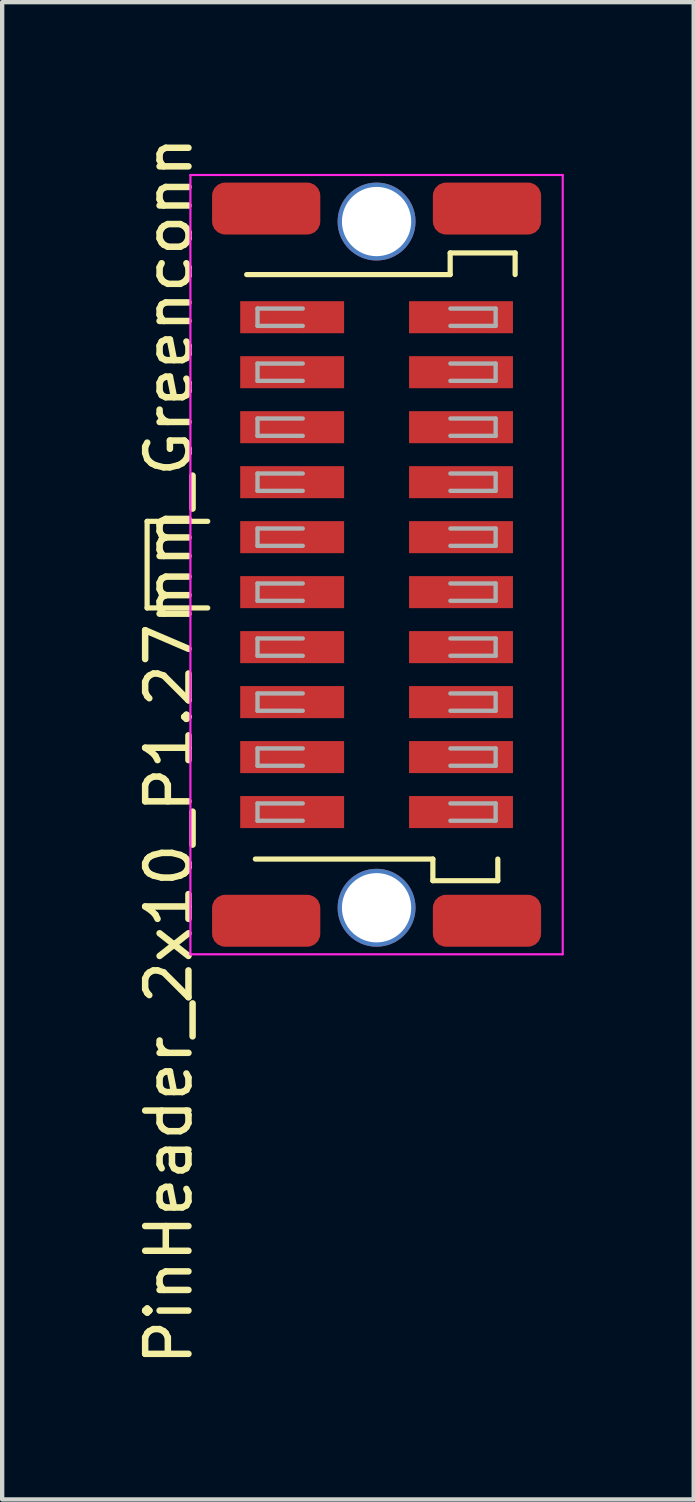
<source format=kicad_pcb>
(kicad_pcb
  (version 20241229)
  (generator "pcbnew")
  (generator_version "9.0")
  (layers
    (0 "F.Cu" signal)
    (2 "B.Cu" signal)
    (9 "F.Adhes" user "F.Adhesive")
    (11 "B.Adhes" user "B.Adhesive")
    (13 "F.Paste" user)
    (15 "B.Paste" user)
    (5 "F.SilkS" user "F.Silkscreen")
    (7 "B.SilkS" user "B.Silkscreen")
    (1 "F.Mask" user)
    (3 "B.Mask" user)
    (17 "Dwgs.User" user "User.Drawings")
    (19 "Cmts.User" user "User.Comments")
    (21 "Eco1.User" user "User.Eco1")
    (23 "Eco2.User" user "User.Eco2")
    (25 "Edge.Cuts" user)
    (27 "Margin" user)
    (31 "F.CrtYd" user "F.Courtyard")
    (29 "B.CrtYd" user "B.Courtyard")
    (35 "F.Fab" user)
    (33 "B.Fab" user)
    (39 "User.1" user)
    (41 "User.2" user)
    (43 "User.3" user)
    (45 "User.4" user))
  (footprint "PinHeader_2x10_P1.27mm_Greenconn"
    (layer "F.Cu")
    (at 5.648 9.992)
    (property "Reference" "PinHeader_2x10_P1.27mm_Greenconn" (at -4.8 4.3 270) (layer "F.SilkS") (effects (font (size 1 1) (thickness 0.15))))
    (attr smd)
    (fp_line (start -5.3 -1) (end -5.3 1) (stroke (width 0.12) (type solid)) (layer "F.SilkS"))
    (fp_line (start -5.3 1) (end -3.9 1) (stroke (width 0.12) (type solid)) (layer "F.SilkS"))
    (fp_line (start -3.9 -1) (end -5.3 -1) (stroke (width 0.12) (type solid)) (layer "F.SilkS"))
    (fp_line (start -2.8 6.8) (end 1.3 6.8) (stroke (width 0.12) (type solid)) (layer "F.SilkS"))
    (fp_line (start 1.3 6.8) (end 1.3 7.3) (stroke (width 0.12) (type solid)) (layer "F.SilkS"))
    (fp_line (start 1.3 7.3) (end 2.8 7.3) (stroke (width 0.12) (type solid)) (layer "F.SilkS"))
    (fp_line (start 1.7 -7.2) (end 3.2 -7.2) (stroke (width 0.12) (type solid)) (layer "F.SilkS"))
    (fp_line (start 1.7 -6.7) (end -3 -6.7) (stroke (width 0.12) (type solid)) (layer "F.SilkS"))
    (fp_line (start 1.7 -6.7) (end 1.7 -7.2) (stroke (width 0.12) (type solid)) (layer "F.SilkS"))
    (fp_line (start 2.8 7.3) (end 2.8 6.8) (stroke (width 0.12) (type solid)) (layer "F.SilkS"))
    (fp_line (start 3.2 -7.2) (end 3.2 -6.7) (stroke (width 0.12) (type solid)) (layer "F.SilkS"))
    (fp_line (start -4.3 -9) (end -4.3 9) (stroke (width 0.05) (type solid)) (layer "F.CrtYd"))
    (fp_line (start -4.3 9) (end 4.3 9) (stroke (width 0.05) (type solid)) (layer "F.CrtYd"))
    (fp_line (start 4.3 -9) (end -4.3 -9) (stroke (width 0.05) (type solid)) (layer "F.CrtYd"))
    (fp_line (start 4.3 9) (end 4.3 -9) (stroke (width 0.05) (type solid)) (layer "F.CrtYd"))
    (fp_line (start -2.75 -5.915) (end -2.75 -5.515) (stroke (width 0.1) (type solid)) (layer "F.Fab"))
    (fp_line (start -2.75 -5.515) (end -1.705 -5.515) (stroke (width 0.1) (type solid)) (layer "F.Fab"))
    (fp_line (start -2.75 -4.645) (end -2.75 -4.245) (stroke (width 0.1) (type solid)) (layer "F.Fab"))
    (fp_line (start -2.75 -4.245) (end -1.705 -4.245) (stroke (width 0.1) (type solid)) (layer "F.Fab"))
    (fp_line (start -2.75 -3.375) (end -2.75 -2.975) (stroke (width 0.1) (type solid)) (layer "F.Fab"))
    (fp_line (start -2.75 -2.975) (end -1.705 -2.975) (stroke (width 0.1) (type solid)) (layer "F.Fab"))
    (fp_line (start -2.75 -2.105) (end -2.75 -1.705) (stroke (width 0.1) (type solid)) (layer "F.Fab"))
    (fp_line (start -2.75 -1.705) (end -1.705 -1.705) (stroke (width 0.1) (type solid)) (layer "F.Fab"))
    (fp_line (start -2.75 -0.835) (end -2.75 -0.435) (stroke (width 0.1) (type solid)) (layer "F.Fab"))
    (fp_line (start -2.75 -0.435) (end -1.705 -0.435) (stroke (width 0.1) (type solid)) (layer "F.Fab"))
    (fp_line (start -2.75 0.435) (end -2.75 0.835) (stroke (width 0.1) (type solid)) (layer "F.Fab"))
    (fp_line (start -2.75 0.835) (end -1.705 0.835) (stroke (width 0.1) (type solid)) (layer "F.Fab"))
    (fp_line (start -2.75 1.705) (end -2.75 2.105) (stroke (width 0.1) (type solid)) (layer "F.Fab"))
    (fp_line (start -2.75 2.105) (end -1.705 2.105) (stroke (width 0.1) (type solid)) (layer "F.Fab"))
    (fp_line (start -2.75 2.975) (end -2.75 3.375) (stroke (width 0.1) (type solid)) (layer "F.Fab"))
    (fp_line (start -2.75 3.375) (end -1.705 3.375) (stroke (width 0.1) (type solid)) (layer "F.Fab"))
    (fp_line (start -2.75 4.245) (end -2.75 4.645) (stroke (width 0.1) (type solid)) (layer "F.Fab"))
    (fp_line (start -2.75 4.645) (end -1.705 4.645) (stroke (width 0.1) (type solid)) (layer "F.Fab"))
    (fp_line (start -2.75 5.515) (end -2.75 5.915) (stroke (width 0.1) (type solid)) (layer "F.Fab"))
    (fp_line (start -2.75 5.915) (end -1.705 5.915) (stroke (width 0.1) (type solid)) (layer "F.Fab"))
    (fp_line (start -1.705 -5.915) (end -2.75 -5.915) (stroke (width 0.1) (type solid)) (layer "F.Fab"))
    (fp_line (start -1.705 -4.645) (end -2.75 -4.645) (stroke (width 0.1) (type solid)) (layer "F.Fab"))
    (fp_line (start -1.705 -3.375) (end -2.75 -3.375) (stroke (width 0.1) (type solid)) (layer "F.Fab"))
    (fp_line (start -1.705 -2.105) (end -2.75 -2.105) (stroke (width 0.1) (type solid)) (layer "F.Fab"))
    (fp_line (start -1.705 -0.835) (end -2.75 -0.835) (stroke (width 0.1) (type solid)) (layer "F.Fab"))
    (fp_line (start -1.705 0.435) (end -2.75 0.435) (stroke (width 0.1) (type solid)) (layer "F.Fab"))
    (fp_line (start -1.705 1.705) (end -2.75 1.705) (stroke (width 0.1) (type solid)) (layer "F.Fab"))
    (fp_line (start -1.705 2.975) (end -2.75 2.975) (stroke (width 0.1) (type solid)) (layer "F.Fab"))
    (fp_line (start -1.705 4.245) (end -2.75 4.245) (stroke (width 0.1) (type solid)) (layer "F.Fab"))
    (fp_line (start -1.705 5.515) (end -2.75 5.515) (stroke (width 0.1) (type solid)) (layer "F.Fab"))
    (fp_line (start 1.705 -5.915) (end 2.75 -5.915) (stroke (width 0.1) (type solid)) (layer "F.Fab"))
    (fp_line (start 1.705 -4.645) (end 2.75 -4.645) (stroke (width 0.1) (type solid)) (layer "F.Fab"))
    (fp_line (start 1.705 -3.375) (end 2.75 -3.375) (stroke (width 0.1) (type solid)) (layer "F.Fab"))
    (fp_line (start 1.705 -2.105) (end 2.75 -2.105) (stroke (width 0.1) (type solid)) (layer "F.Fab"))
    (fp_line (start 1.705 -0.835) (end 2.75 -0.835) (stroke (width 0.1) (type solid)) (layer "F.Fab"))
    (fp_line (start 1.705 0.435) (end 2.75 0.435) (stroke (width 0.1) (type solid)) (layer "F.Fab"))
    (fp_line (start 1.705 1.705) (end 2.75 1.705) (stroke (width 0.1) (type solid)) (layer "F.Fab"))
    (fp_line (start 1.705 2.975) (end 2.75 2.975) (stroke (width 0.1) (type solid)) (layer "F.Fab"))
    (fp_line (start 1.705 4.245) (end 2.75 4.245) (stroke (width 0.1) (type solid)) (layer "F.Fab"))
    (fp_line (start 1.705 5.515) (end 2.75 5.515) (stroke (width 0.1) (type solid)) (layer "F.Fab"))
    (fp_line (start 2.75 -5.915) (end 2.75 -5.515) (stroke (width 0.1) (type solid)) (layer "F.Fab"))
    (fp_line (start 2.75 -5.515) (end 1.705 -5.515) (stroke (width 0.1) (type solid)) (layer "F.Fab"))
    (fp_line (start 2.75 -4.645) (end 2.75 -4.245) (stroke (width 0.1) (type solid)) (layer "F.Fab"))
    (fp_line (start 2.75 -4.245) (end 1.705 -4.245) (stroke (width 0.1) (type solid)) (layer "F.Fab"))
    (fp_line (start 2.75 -3.375) (end 2.75 -2.975) (stroke (width 0.1) (type solid)) (layer "F.Fab"))
    (fp_line (start 2.75 -2.975) (end 1.705 -2.975) (stroke (width 0.1) (type solid)) (layer "F.Fab"))
    (fp_line (start 2.75 -2.105) (end 2.75 -1.705) (stroke (width 0.1) (type solid)) (layer "F.Fab"))
    (fp_line (start 2.75 -1.705) (end 1.705 -1.705) (stroke (width 0.1) (type solid)) (layer "F.Fab"))
    (fp_line (start 2.75 -0.835) (end 2.75 -0.435) (stroke (width 0.1) (type solid)) (layer "F.Fab"))
    (fp_line (start 2.75 -0.435) (end 1.705 -0.435) (stroke (width 0.1) (type solid)) (layer "F.Fab"))
    (fp_line (start 2.75 0.435) (end 2.75 0.835) (stroke (width 0.1) (type solid)) (layer "F.Fab"))
    (fp_line (start 2.75 0.835) (end 1.705 0.835) (stroke (width 0.1) (type solid)) (layer "F.Fab"))
    (fp_line (start 2.75 1.705) (end 2.75 2.105) (stroke (width 0.1) (type solid)) (layer "F.Fab"))
    (fp_line (start 2.75 2.105) (end 1.705 2.105) (stroke (width 0.1) (type solid)) (layer "F.Fab"))
    (fp_line (start 2.75 2.975) (end 2.75 3.375) (stroke (width 0.1) (type solid)) (layer "F.Fab"))
    (fp_line (start 2.75 3.375) (end 1.705 3.375) (stroke (width 0.1) (type solid)) (layer "F.Fab"))
    (fp_line (start 2.75 4.245) (end 2.75 4.645) (stroke (width 0.1) (type solid)) (layer "F.Fab"))
    (fp_line (start 2.75 4.645) (end 1.705 4.645) (stroke (width 0.1) (type solid)) (layer "F.Fab"))
    (fp_line (start 2.75 5.515) (end 2.75 5.915) (stroke (width 0.1) (type solid)) (layer "F.Fab"))
    (fp_line (start 2.75 5.915) (end 1.705 5.915) (stroke (width 0.1) (type solid)) (layer "F.Fab"))
    (pad "" smd roundrect (at -2.55 -8.225) (size 2.5 1.2) (layers "F.Cu" "F.Mask" "F.Paste") (roundrect_rratio 0.25))
    (pad "" smd roundrect (at -2.55 8.225) (size 2.5 1.2) (layers "F.Cu" "F.Mask" "F.Paste") (roundrect_rratio 0.25))
    (pad "" np_thru_hole circle (at 0 -7.925) (size 1.8 1.8) (drill 1.6) (layers "*.Cu" "*.Mask"))
    (pad "" np_thru_hole circle (at 0 7.925) (size 1.8 1.8) (drill 1.6) (layers "*.Cu" "*.Mask"))
    (pad "" smd roundrect (at 2.55 -8.225) (size 2.5 1.2) (layers "F.Cu" "F.Mask" "F.Paste") (roundrect_rratio 0.25))
    (pad "" smd roundrect (at 2.55 8.225) (size 2.5 1.2) (layers "F.Cu" "F.Mask" "F.Paste") (roundrect_rratio 0.25))
    (pad "1" smd rect (at -1.95 5.715) (size 2.4 0.74) (layers "F.Cu" "F.Mask" "F.Paste"))
    (pad "2" smd rect (at 1.95 5.715) (size 2.4 0.74) (layers "F.Cu" "F.Mask" "F.Paste"))
    (pad "3" smd rect (at -1.95 4.445) (size 2.4 0.74) (layers "F.Cu" "F.Mask" "F.Paste"))
    (pad "4" smd rect (at 1.95 4.445) (size 2.4 0.74) (layers "F.Cu" "F.Mask" "F.Paste"))
    (pad "5" smd rect (at -1.95 3.175) (size 2.4 0.74) (layers "F.Cu" "F.Mask" "F.Paste"))
    (pad "6" smd rect (at 1.95 3.175) (size 2.4 0.74) (layers "F.Cu" "F.Mask" "F.Paste"))
    (pad "7" smd rect (at -1.95 1.905) (size 2.4 0.74) (layers "F.Cu" "F.Mask" "F.Paste"))
    (pad "8" smd rect (at 1.95 1.905) (size 2.4 0.74) (layers "F.Cu" "F.Mask" "F.Paste"))
    (pad "9" smd rect (at -1.95 0.635) (size 2.4 0.74) (layers "F.Cu" "F.Mask" "F.Paste"))
    (pad "10" smd rect (at 1.95 0.635) (size 2.4 0.74) (layers "F.Cu" "F.Mask" "F.Paste"))
    (pad "11" smd rect (at -1.95 -0.635) (size 2.4 0.74) (layers "F.Cu" "F.Mask" "F.Paste"))
    (pad "12" smd rect (at 1.95 -0.635) (size 2.4 0.74) (layers "F.Cu" "F.Mask" "F.Paste"))
    (pad "13" smd rect (at -1.95 -1.905) (size 2.4 0.74) (layers "F.Cu" "F.Mask" "F.Paste"))
    (pad "14" smd rect (at 1.95 -1.905) (size 2.4 0.74) (layers "F.Cu" "F.Mask" "F.Paste"))
    (pad "15" smd rect (at -1.95 -3.175) (size 2.4 0.74) (layers "F.Cu" "F.Mask" "F.Paste"))
    (pad "16" smd rect (at 1.95 -3.175) (size 2.4 0.74) (layers "F.Cu" "F.Mask" "F.Paste"))
    (pad "17" smd rect (at -1.95 -4.445) (size 2.4 0.74) (layers "F.Cu" "F.Mask" "F.Paste"))
    (pad "18" smd rect (at 1.95 -4.445) (size 2.4 0.74) (layers "F.Cu" "F.Mask" "F.Paste"))
    (pad "19" smd rect (at -1.95 -5.715) (size 2.4 0.74) (layers "F.Cu" "F.Mask" "F.Paste"))
    (pad "20" smd rect (at 1.95 -5.715) (size 2.4 0.74) (layers "F.Cu" "F.Mask" "F.Paste")))
  (gr_rect
    (start -3 -3)
    (end 12.973 31.583)
    (stroke (width 0.1) (type default))
    (fill no)
    (layer "Edge.Cuts")))
</source>
